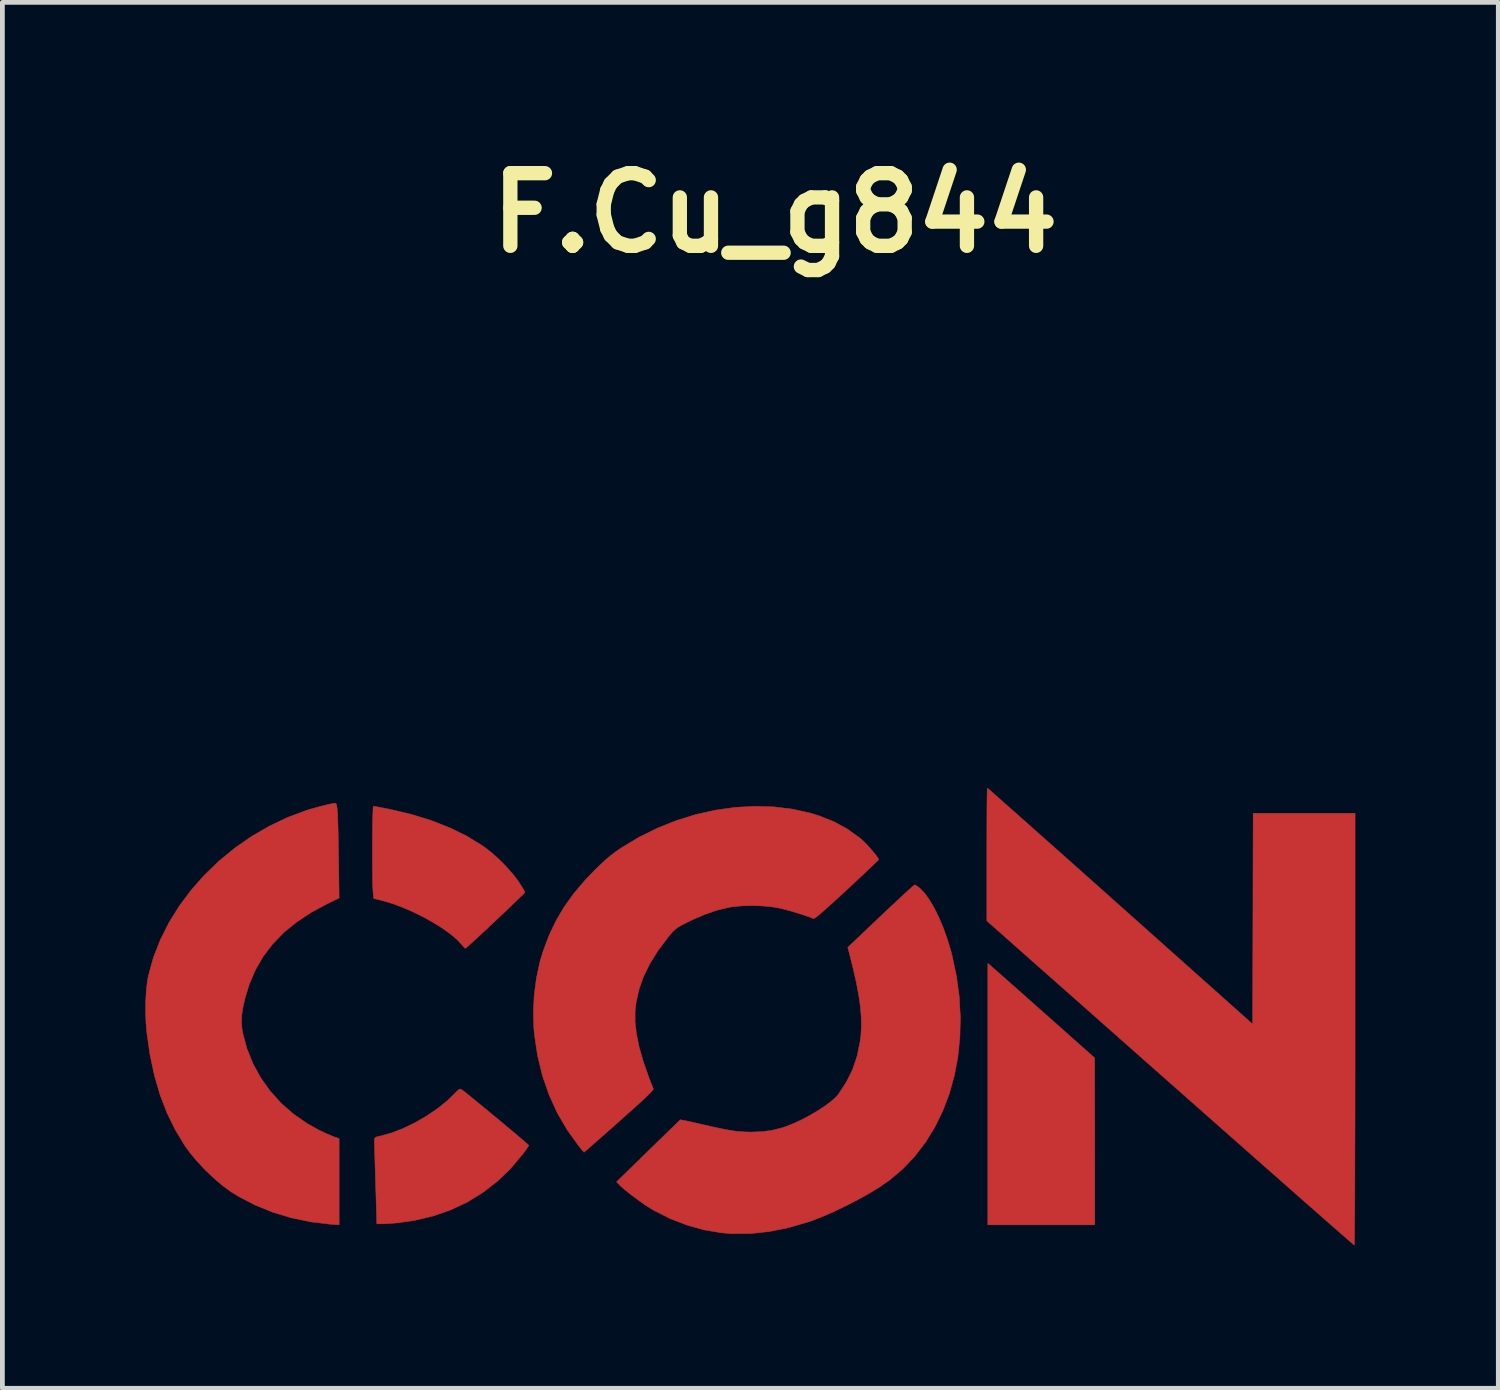
<source format=kicad_pcb>
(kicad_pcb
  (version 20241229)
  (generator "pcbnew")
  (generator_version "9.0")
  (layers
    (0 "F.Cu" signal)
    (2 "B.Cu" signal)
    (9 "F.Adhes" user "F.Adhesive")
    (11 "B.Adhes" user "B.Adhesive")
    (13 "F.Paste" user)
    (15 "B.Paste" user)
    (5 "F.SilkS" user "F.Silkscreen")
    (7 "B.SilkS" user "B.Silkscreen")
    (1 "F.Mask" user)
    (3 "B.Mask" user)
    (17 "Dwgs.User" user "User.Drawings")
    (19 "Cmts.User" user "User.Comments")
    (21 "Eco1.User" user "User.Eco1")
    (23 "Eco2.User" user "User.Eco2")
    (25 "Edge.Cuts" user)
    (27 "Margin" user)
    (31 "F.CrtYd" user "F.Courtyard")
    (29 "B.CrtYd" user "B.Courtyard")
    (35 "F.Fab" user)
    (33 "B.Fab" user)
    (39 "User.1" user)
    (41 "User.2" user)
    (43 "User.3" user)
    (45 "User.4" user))
  (footprint "F.Cu_g844"
    (layer "F.Cu")
    (at 13.209 1.418)
    (property "Reference" "F.Cu_g844" (at 0 0 0) (layer "F.SilkS") (effects (font (size 1.524 1.524) (thickness 0.3))))
    (attr through_hole)
    (fp_poly (pts (xy 4.561 15.825) (xy 4.594 15.853) (xy 4.654 15.907) (xy 4.741 15.983) (xy 4.851 16.08) (xy 4.98 16.195) (xy 5.126 16.324) (xy 5.286 16.466) (xy 5.456 16.617) (xy 5.635 16.776) (xy 5.682 16.817) (xy 6.707 17.727) (xy 6.71 21.23) (xy 4.466 21.23) (xy 4.466 15.744) (xy 4.561 15.825)) (stroke (width 0.01) (type solid)) (fill yes) (layer "F.Cu"))
    (fp_poly (pts (xy -6.578 18.39) (xy -6.569 18.396) (xy -6.54 18.417) (xy -6.484 18.461) (xy -6.406 18.524) (xy -6.309 18.603) (xy -6.197 18.695) (xy -6.075 18.795) (xy -5.946 18.902) (xy -5.814 19.011) (xy -5.685 19.119) (xy -5.561 19.223) (xy -5.447 19.318) (xy -5.347 19.403) (xy -5.265 19.473) (xy -5.205 19.525) (xy -5.172 19.555) (xy -5.166 19.562) (xy -5.177 19.584) (xy -5.209 19.632) (xy -5.256 19.697) (xy -5.29 19.743) (xy -5.544 20.046) (xy -5.823 20.315) (xy -6.127 20.55) (xy -6.453 20.751) (xy -6.803 20.916) (xy -7.173 21.045) (xy -7.564 21.137) (xy -7.913 21.187) (xy -8.02 21.196) (xy -8.124 21.204) (xy -8.21 21.208) (xy -8.243 21.209) (xy -8.353 21.209) (xy -8.378 20.368) (xy -8.384 20.18) (xy -8.389 20.004) (xy -8.394 19.844) (xy -8.398 19.705) (xy -8.401 19.592) (xy -8.403 19.51) (xy -8.404 19.464) (xy -8.404 19.459) (xy -8.401 19.421) (xy -8.387 19.398) (xy -8.351 19.382) (xy -8.284 19.367) (xy -8.281 19.366) (xy -8.051 19.304) (xy -7.808 19.21) (xy -7.56 19.091) (xy -7.317 18.951) (xy -7.087 18.796) (xy -6.88 18.63) (xy -6.719 18.475) (xy -6.665 18.419) (xy -6.63 18.389) (xy -6.604 18.381) (xy -6.578 18.39)) (stroke (width 0.01) (type solid)) (fill yes) (layer "F.Cu"))
    (fp_poly (pts (xy -8.398 12.45) (xy -8.337 12.461) (xy -8.25 12.478) (xy -8.145 12.498) (xy -8.089 12.509) (xy -7.635 12.616) (xy -7.212 12.746) (xy -6.822 12.899) (xy -6.465 13.074) (xy -6.143 13.272) (xy -6.087 13.311) (xy -5.938 13.427) (xy -5.785 13.565) (xy -5.638 13.714) (xy -5.502 13.868) (xy -5.387 14.017) (xy -5.299 14.154) (xy -5.289 14.171) (xy -5.244 14.256) (xy -5.432 14.438) (xy -5.539 14.54) (xy -5.655 14.652) (xy -5.777 14.767) (xy -5.901 14.884) (xy -6.023 14.999) (xy -6.139 15.107) (xy -6.245 15.205) (xy -6.337 15.29) (xy -6.412 15.358) (xy -6.465 15.405) (xy -6.492 15.428) (xy -6.495 15.429) (xy -6.515 15.414) (xy -6.551 15.375) (xy -6.575 15.345) (xy -6.679 15.236) (xy -6.818 15.12) (xy -6.985 15.001) (xy -7.174 14.884) (xy -7.378 14.77) (xy -7.592 14.665) (xy -7.808 14.571) (xy -8.021 14.491) (xy -8.223 14.431) (xy -8.258 14.422) (xy -8.419 14.383) (xy -8.432 14.245) (xy -8.436 14.181) (xy -8.44 14.086) (xy -8.442 13.965) (xy -8.444 13.825) (xy -8.445 13.669) (xy -8.446 13.504) (xy -8.446 13.334) (xy -8.445 13.165) (xy -8.444 13.002) (xy -8.442 12.85) (xy -8.439 12.715) (xy -8.436 12.602) (xy -8.433 12.516) (xy -8.429 12.462) (xy -8.425 12.446) (xy -8.398 12.45)) (stroke (width 0.01) (type solid)) (fill yes) (layer "F.Cu"))
    (fp_poly (pts (xy 4.472 12.079) (xy 4.519 12.119) (xy 4.594 12.185) (xy 4.695 12.275) (xy 4.822 12.388) (xy 4.973 12.521) (xy 5.145 12.674) (xy 5.338 12.845) (xy 5.55 13.034) (xy 5.779 13.237) (xy 6.023 13.454) (xy 6.282 13.684) (xy 6.552 13.925) (xy 6.834 14.176) (xy 7.124 14.435) (xy 7.244 14.542) (xy 10.022 17.019) (xy 10.028 14.807) (xy 10.033 12.594) (xy 12.171 12.594) (xy 12.171 17.124) (xy 12.171 17.559) (xy 12.171 17.982) (xy 12.17 18.392) (xy 12.17 18.787) (xy 12.169 19.164) (xy 12.168 19.523) (xy 12.167 19.861) (xy 12.166 20.175) (xy 12.165 20.465) (xy 12.164 20.728) (xy 12.162 20.962) (xy 12.161 21.165) (xy 12.16 21.336) (xy 12.158 21.472) (xy 12.156 21.572) (xy 12.155 21.633) (xy 12.153 21.654) (xy 12.136 21.64) (xy 12.088 21.599) (xy 12.012 21.533) (xy 11.908 21.442) (xy 11.777 21.328) (xy 11.622 21.192) (xy 11.443 21.035) (xy 11.243 20.858) (xy 11.021 20.664) (xy 10.78 20.451) (xy 10.522 20.223) (xy 10.246 19.981) (xy 9.956 19.724) (xy 9.651 19.455) (xy 9.334 19.175) (xy 9.006 18.885) (xy 8.668 18.587) (xy 8.321 18.28) (xy 8.29 18.253) (xy 4.445 14.852) (xy 4.445 13.458) (xy 4.445 13.22) (xy 4.446 12.994) (xy 4.446 12.785) (xy 4.447 12.595) (xy 4.448 12.429) (xy 4.45 12.29) (xy 4.451 12.181) (xy 4.453 12.106) (xy 4.455 12.069) (xy 4.455 12.065) (xy 4.472 12.079)) (stroke (width 0.01) (type solid)) (fill yes) (layer "F.Cu"))
    (fp_poly (pts (xy -9.214 12.387) (xy -9.204 12.402) (xy -9.195 12.431) (xy -9.188 12.476) (xy -9.182 12.542) (xy -9.176 12.631) (xy -9.172 12.746) (xy -9.167 12.891) (xy -9.163 13.068) (xy -9.16 13.28) (xy -9.156 13.532) (xy -9.155 13.573) (xy -9.144 14.372) (xy -9.385 14.489) (xy -9.73 14.674) (xy -10.036 14.877) (xy -10.306 15.097) (xy -10.539 15.338) (xy -10.737 15.598) (xy -10.9 15.88) (xy -11.03 16.185) (xy -11.116 16.468) (xy -11.159 16.658) (xy -11.185 16.82) (xy -11.192 16.966) (xy -11.183 17.104) (xy -11.166 17.209) (xy -11.077 17.537) (xy -10.95 17.851) (xy -10.787 18.148) (xy -10.59 18.424) (xy -10.361 18.678) (xy -10.102 18.905) (xy -9.816 19.104) (xy -9.574 19.239) (xy -9.475 19.286) (xy -9.377 19.331) (xy -9.293 19.366) (xy -9.255 19.381) (xy -9.144 19.42) (xy -9.144 21.23) (xy -9.192 21.226) (xy -9.243 21.223) (xy -9.312 21.217) (xy -9.335 21.216) (xy -9.745 21.166) (xy -10.146 21.083) (xy -10.533 20.966) (xy -10.901 20.817) (xy -11.245 20.639) (xy -11.422 20.529) (xy -11.59 20.405) (xy -11.769 20.253) (xy -11.948 20.083) (xy -12.117 19.903) (xy -12.268 19.724) (xy -12.38 19.57) (xy -12.582 19.235) (xy -12.756 18.88) (xy -12.901 18.501) (xy -13.019 18.096) (xy -13.112 17.662) (xy -13.177 17.209) (xy -13.196 16.992) (xy -13.204 16.765) (xy -13.202 16.538) (xy -13.19 16.323) (xy -13.169 16.13) (xy -13.146 16.004) (xy -13.041 15.623) (xy -12.896 15.251) (xy -12.714 14.889) (xy -12.497 14.54) (xy -12.248 14.206) (xy -11.97 13.891) (xy -11.665 13.597) (xy -11.335 13.326) (xy -10.984 13.082) (xy -10.612 12.866) (xy -10.224 12.681) (xy -9.842 12.538) (xy -9.755 12.511) (xy -9.652 12.482) (xy -9.542 12.452) (xy -9.435 12.425) (xy -9.34 12.403) (xy -9.267 12.388) (xy -9.225 12.383) (xy -9.214 12.387)) (stroke (width 0.01) (type solid)) (fill yes) (layer "F.Cu"))
    (fp_poly (pts (xy 2.96 14.11) (xy 3.007 14.143) (xy 3.045 14.173) (xy 3.144 14.276) (xy 3.244 14.416) (xy 3.345 14.588) (xy 3.442 14.786) (xy 3.534 15.005) (xy 3.618 15.241) (xy 3.692 15.487) (xy 3.713 15.568) (xy 3.807 16.009) (xy 3.866 16.445) (xy 3.89 16.874) (xy 3.88 17.294) (xy 3.838 17.703) (xy 3.764 18.098) (xy 3.658 18.478) (xy 3.521 18.839) (xy 3.354 19.18) (xy 3.158 19.498) (xy 2.933 19.792) (xy 2.68 20.058) (xy 2.4 20.294) (xy 2.179 20.447) (xy 1.972 20.572) (xy 1.744 20.699) (xy 1.506 20.822) (xy 1.267 20.937) (xy 1.038 21.039) (xy 0.827 21.123) (xy 0.716 21.163) (xy 0.297 21.286) (xy -0.111 21.369) (xy -0.505 21.412) (xy -0.886 21.416) (xy -1.122 21.397) (xy -1.483 21.336) (xy -1.844 21.236) (xy -2.194 21.101) (xy -2.525 20.935) (xy -2.625 20.876) (xy -2.723 20.812) (xy -2.834 20.735) (xy -2.949 20.65) (xy -3.059 20.566) (xy -3.156 20.488) (xy -3.23 20.424) (xy -3.255 20.4) (xy -3.324 20.328) (xy -2.655 19.676) (xy -1.986 19.025) (xy -1.909 19.039) (xy -1.862 19.048) (xy -1.784 19.065) (xy -1.681 19.088) (xy -1.563 19.115) (xy -1.471 19.136) (xy -1.274 19.181) (xy -1.11 19.216) (xy -0.972 19.242) (xy -0.851 19.261) (xy -0.742 19.273) (xy -0.636 19.28) (xy -0.525 19.283) (xy -0.491 19.283) (xy -0.261 19.274) (xy -0.054 19.245) (xy 0.147 19.194) (xy 0.241 19.163) (xy 0.4 19.099) (xy 0.567 19.021) (xy 0.734 18.932) (xy 0.895 18.837) (xy 1.043 18.74) (xy 1.17 18.646) (xy 1.27 18.558) (xy 1.326 18.496) (xy 1.496 18.238) (xy 1.629 17.969) (xy 1.725 17.685) (xy 1.787 17.38) (xy 1.803 17.254) (xy 1.814 17.069) (xy 1.81 16.869) (xy 1.792 16.652) (xy 1.757 16.412) (xy 1.707 16.145) (xy 1.639 15.846) (xy 1.6 15.689) (xy 1.528 15.408) (xy 2.218 14.752) (xy 2.361 14.617) (xy 2.495 14.491) (xy 2.617 14.378) (xy 2.723 14.279) (xy 2.811 14.199) (xy 2.878 14.14) (xy 2.919 14.106) (xy 2.932 14.097) (xy 2.96 14.11)) (stroke (width 0.01) (type solid)) (fill yes) (layer "F.Cu"))
    (fp_poly (pts (xy -0.023 12.46) (xy 0.37 12.508) (xy 0.749 12.593) (xy 0.924 12.647) (xy 1.233 12.77) (xy 1.515 12.923) (xy 1.775 13.11) (xy 1.818 13.145) (xy 1.874 13.197) (xy 1.938 13.263) (xy 2.005 13.337) (xy 2.068 13.411) (xy 2.122 13.479) (xy 2.16 13.532) (xy 2.176 13.564) (xy 2.176 13.568) (xy 2.159 13.586) (xy 2.115 13.629) (xy 2.046 13.694) (xy 1.956 13.78) (xy 1.848 13.882) (xy 1.724 13.997) (xy 1.589 14.123) (xy 1.505 14.202) (xy 1.33 14.363) (xy 1.183 14.497) (xy 1.064 14.604) (xy 0.969 14.687) (xy 0.898 14.747) (xy 0.848 14.785) (xy 0.817 14.802) (xy 0.806 14.804) (xy 0.726 14.772) (xy 0.617 14.734) (xy 0.49 14.694) (xy 0.356 14.653) (xy 0.229 14.618) (xy 0.118 14.59) (xy 0.083 14.582) (xy -0.085 14.555) (xy -0.279 14.538) (xy -0.483 14.532) (xy -0.685 14.537) (xy -0.869 14.553) (xy -0.979 14.57) (xy -1.223 14.631) (xy -1.482 14.721) (xy -1.744 14.834) (xy -1.847 14.885) (xy -1.951 14.939) (xy -2.026 14.982) (xy -2.083 15.022) (xy -2.133 15.067) (xy -2.185 15.125) (xy -2.25 15.204) (xy -2.252 15.206) (xy -2.46 15.485) (xy -2.628 15.756) (xy -2.759 16.024) (xy -2.853 16.29) (xy -2.913 16.559) (xy -2.934 16.742) (xy -2.935 16.971) (xy -2.906 17.225) (xy -2.848 17.507) (xy -2.759 17.816) (xy -2.64 18.153) (xy -2.552 18.375) (xy -2.557 18.391) (xy -2.579 18.421) (xy -2.623 18.467) (xy -2.688 18.531) (xy -2.777 18.615) (xy -2.891 18.72) (xy -3.034 18.848) (xy -3.206 19.002) (xy -3.269 19.058) (xy -3.418 19.19) (xy -3.557 19.313) (xy -3.682 19.424) (xy -3.792 19.52) (xy -3.882 19.6) (xy -3.95 19.659) (xy -3.992 19.695) (xy -4.005 19.706) (xy -4.02 19.691) (xy -4.055 19.651) (xy -4.101 19.594) (xy -4.109 19.584) (xy -4.353 19.247) (xy -4.564 18.886) (xy -4.739 18.503) (xy -4.878 18.1) (xy -4.981 17.679) (xy -5.046 17.242) (xy -5.058 17.109) (xy -5.069 16.767) (xy -5.051 16.412) (xy -5.005 16.059) (xy -4.933 15.719) (xy -4.866 15.494) (xy -4.741 15.16) (xy -4.594 14.85) (xy -4.421 14.557) (xy -4.218 14.274) (xy -3.98 13.995) (xy -3.792 13.799) (xy -3.661 13.671) (xy -3.548 13.567) (xy -3.445 13.48) (xy -3.342 13.402) (xy -3.23 13.325) (xy -3.222 13.319) (xy -2.852 13.097) (xy -2.466 12.906) (xy -2.068 12.747) (xy -1.661 12.621) (xy -1.249 12.529) (xy -0.837 12.471) (xy -0.427 12.448) (xy -0.023 12.46)) (stroke (width 0.01) (type solid)) (fill yes) (layer "F.Cu")))
  (gr_rect
    (start -3 -3)
    (end 28.385 26.077)
    (stroke (width 0.1) (type default))
    (fill no)
    (layer "Edge.Cuts")))
</source>
